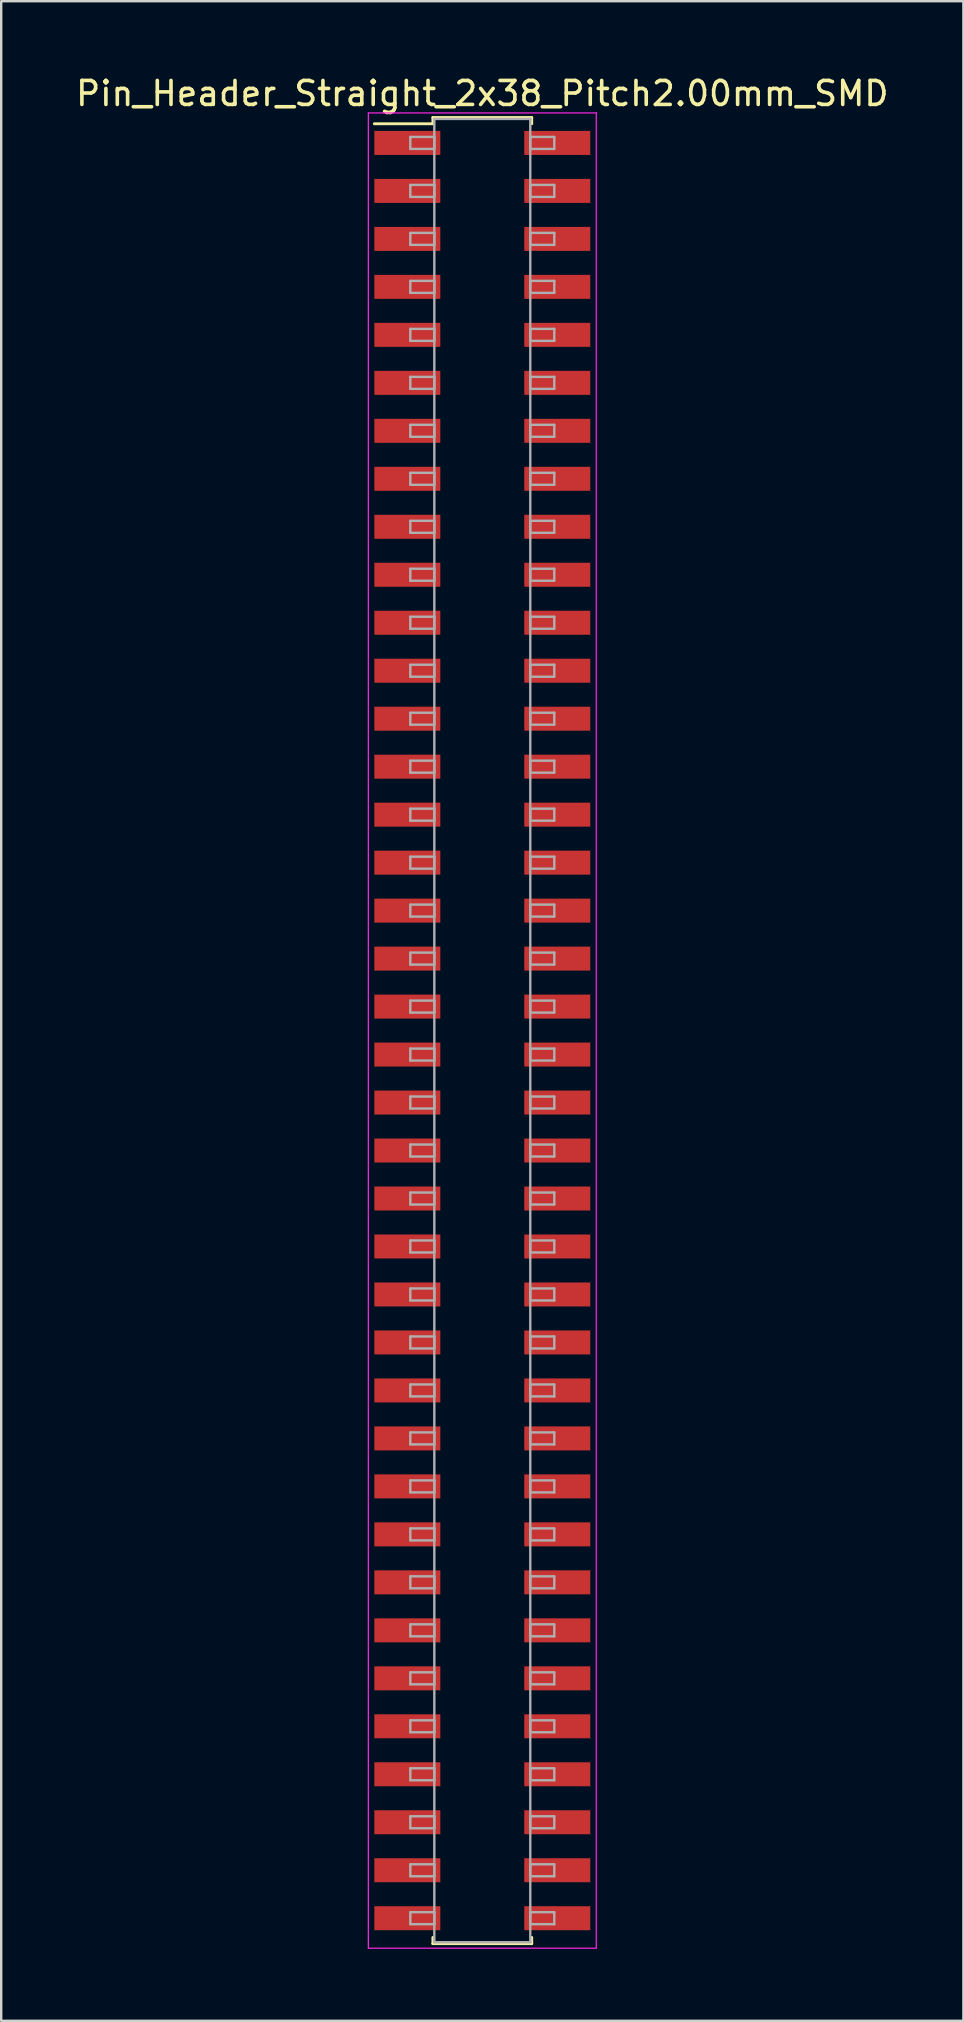
<source format=kicad_pcb>
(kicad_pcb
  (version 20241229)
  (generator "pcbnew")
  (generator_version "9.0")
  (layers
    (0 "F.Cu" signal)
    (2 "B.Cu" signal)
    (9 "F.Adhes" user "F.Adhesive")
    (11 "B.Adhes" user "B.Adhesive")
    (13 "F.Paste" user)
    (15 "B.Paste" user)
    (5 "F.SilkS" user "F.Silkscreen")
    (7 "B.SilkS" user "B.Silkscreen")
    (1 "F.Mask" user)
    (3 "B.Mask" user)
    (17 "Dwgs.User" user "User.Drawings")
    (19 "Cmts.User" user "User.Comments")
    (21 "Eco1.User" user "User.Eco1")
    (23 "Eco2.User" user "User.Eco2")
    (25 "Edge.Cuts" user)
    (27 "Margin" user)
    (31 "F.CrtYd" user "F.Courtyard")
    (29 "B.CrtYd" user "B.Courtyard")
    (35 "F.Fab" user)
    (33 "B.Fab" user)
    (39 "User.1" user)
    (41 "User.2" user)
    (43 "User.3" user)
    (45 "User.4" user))
  (footprint "Pin_Header_Straight_2x38_Pitch2.00mm_SMD"
    (layer "F.Cu")
    (at 17.054 39.908)
    (property "Reference" "Pin_Header_Straight_2x38_Pitch2.00mm_SMD" (at 0 -39.06 0) (layer "F.SilkS") (effects (font (size 1 1) (thickness 0.15))))
    (attr smd)
    (fp_line (start -4.5 -37.8) (end -2.06 -37.8) (stroke (width 0.12) (type solid)) (layer "F.SilkS"))
    (fp_line (start -2.06 -38.06) (end 2.06 -38.06) (stroke (width 0.12) (type solid)) (layer "F.SilkS"))
    (fp_line (start -2.06 -37.8) (end -2.06 -38.06) (stroke (width 0.12) (type solid)) (layer "F.SilkS"))
    (fp_line (start -2.06 37.8) (end -2.06 38.06) (stroke (width 0.12) (type solid)) (layer "F.SilkS"))
    (fp_line (start -2.06 38.06) (end 2.06 38.06) (stroke (width 0.12) (type solid)) (layer "F.SilkS"))
    (fp_line (start 2.06 -38.06) (end 2.06 -37.8) (stroke (width 0.12) (type solid)) (layer "F.SilkS"))
    (fp_line (start 2.06 38.06) (end 2.06 37.8) (stroke (width 0.12) (type solid)) (layer "F.SilkS"))
    (fp_line (start -4.75 -38.25) (end -4.75 38.25) (stroke (width 0.05) (type solid)) (layer "F.CrtYd"))
    (fp_line (start -4.75 38.25) (end 4.75 38.25) (stroke (width 0.05) (type solid)) (layer "F.CrtYd"))
    (fp_line (start 4.75 -38.25) (end -4.75 -38.25) (stroke (width 0.05) (type solid)) (layer "F.CrtYd"))
    (fp_line (start 4.75 38.25) (end 4.75 -38.25) (stroke (width 0.05) (type solid)) (layer "F.CrtYd"))
    (fp_line (start -3 -37.25) (end -2 -37.25) (stroke (width 0.1) (type solid)) (layer "F.Fab"))
    (fp_line (start -3 -36.75) (end -3 -37.25) (stroke (width 0.1) (type solid)) (layer "F.Fab"))
    (fp_line (start -3 -35.25) (end -2 -35.25) (stroke (width 0.1) (type solid)) (layer "F.Fab"))
    (fp_line (start -3 -34.75) (end -3 -35.25) (stroke (width 0.1) (type solid)) (layer "F.Fab"))
    (fp_line (start -3 -33.25) (end -2 -33.25) (stroke (width 0.1) (type solid)) (layer "F.Fab"))
    (fp_line (start -3 -32.75) (end -3 -33.25) (stroke (width 0.1) (type solid)) (layer "F.Fab"))
    (fp_line (start -3 -31.25) (end -2 -31.25) (stroke (width 0.1) (type solid)) (layer "F.Fab"))
    (fp_line (start -3 -30.75) (end -3 -31.25) (stroke (width 0.1) (type solid)) (layer "F.Fab"))
    (fp_line (start -3 -29.25) (end -2 -29.25) (stroke (width 0.1) (type solid)) (layer "F.Fab"))
    (fp_line (start -3 -28.75) (end -3 -29.25) (stroke (width 0.1) (type solid)) (layer "F.Fab"))
    (fp_line (start -3 -27.25) (end -2 -27.25) (stroke (width 0.1) (type solid)) (layer "F.Fab"))
    (fp_line (start -3 -26.75) (end -3 -27.25) (stroke (width 0.1) (type solid)) (layer "F.Fab"))
    (fp_line (start -3 -25.25) (end -2 -25.25) (stroke (width 0.1) (type solid)) (layer "F.Fab"))
    (fp_line (start -3 -24.75) (end -3 -25.25) (stroke (width 0.1) (type solid)) (layer "F.Fab"))
    (fp_line (start -3 -23.25) (end -2 -23.25) (stroke (width 0.1) (type solid)) (layer "F.Fab"))
    (fp_line (start -3 -22.75) (end -3 -23.25) (stroke (width 0.1) (type solid)) (layer "F.Fab"))
    (fp_line (start -3 -21.25) (end -2 -21.25) (stroke (width 0.1) (type solid)) (layer "F.Fab"))
    (fp_line (start -3 -20.75) (end -3 -21.25) (stroke (width 0.1) (type solid)) (layer "F.Fab"))
    (fp_line (start -3 -19.25) (end -2 -19.25) (stroke (width 0.1) (type solid)) (layer "F.Fab"))
    (fp_line (start -3 -18.75) (end -3 -19.25) (stroke (width 0.1) (type solid)) (layer "F.Fab"))
    (fp_line (start -3 -17.25) (end -2 -17.25) (stroke (width 0.1) (type solid)) (layer "F.Fab"))
    (fp_line (start -3 -16.75) (end -3 -17.25) (stroke (width 0.1) (type solid)) (layer "F.Fab"))
    (fp_line (start -3 -15.25) (end -2 -15.25) (stroke (width 0.1) (type solid)) (layer "F.Fab"))
    (fp_line (start -3 -14.75) (end -3 -15.25) (stroke (width 0.1) (type solid)) (layer "F.Fab"))
    (fp_line (start -3 -13.25) (end -2 -13.25) (stroke (width 0.1) (type solid)) (layer "F.Fab"))
    (fp_line (start -3 -12.75) (end -3 -13.25) (stroke (width 0.1) (type solid)) (layer "F.Fab"))
    (fp_line (start -3 -11.25) (end -2 -11.25) (stroke (width 0.1) (type solid)) (layer "F.Fab"))
    (fp_line (start -3 -10.75) (end -3 -11.25) (stroke (width 0.1) (type solid)) (layer "F.Fab"))
    (fp_line (start -3 -9.25) (end -2 -9.25) (stroke (width 0.1) (type solid)) (layer "F.Fab"))
    (fp_line (start -3 -8.75) (end -3 -9.25) (stroke (width 0.1) (type solid)) (layer "F.Fab"))
    (fp_line (start -3 -7.25) (end -2 -7.25) (stroke (width 0.1) (type solid)) (layer "F.Fab"))
    (fp_line (start -3 -6.75) (end -3 -7.25) (stroke (width 0.1) (type solid)) (layer "F.Fab"))
    (fp_line (start -3 -5.25) (end -2 -5.25) (stroke (width 0.1) (type solid)) (layer "F.Fab"))
    (fp_line (start -3 -4.75) (end -3 -5.25) (stroke (width 0.1) (type solid)) (layer "F.Fab"))
    (fp_line (start -3 -3.25) (end -2 -3.25) (stroke (width 0.1) (type solid)) (layer "F.Fab"))
    (fp_line (start -3 -2.75) (end -3 -3.25) (stroke (width 0.1) (type solid)) (layer "F.Fab"))
    (fp_line (start -3 -1.25) (end -2 -1.25) (stroke (width 0.1) (type solid)) (layer "F.Fab"))
    (fp_line (start -3 -0.75) (end -3 -1.25) (stroke (width 0.1) (type solid)) (layer "F.Fab"))
    (fp_line (start -3 0.75) (end -2 0.75) (stroke (width 0.1) (type solid)) (layer "F.Fab"))
    (fp_line (start -3 1.25) (end -3 0.75) (stroke (width 0.1) (type solid)) (layer "F.Fab"))
    (fp_line (start -3 2.75) (end -2 2.75) (stroke (width 0.1) (type solid)) (layer "F.Fab"))
    (fp_line (start -3 3.25) (end -3 2.75) (stroke (width 0.1) (type solid)) (layer "F.Fab"))
    (fp_line (start -3 4.75) (end -2 4.75) (stroke (width 0.1) (type solid)) (layer "F.Fab"))
    (fp_line (start -3 5.25) (end -3 4.75) (stroke (width 0.1) (type solid)) (layer "F.Fab"))
    (fp_line (start -3 6.75) (end -2 6.75) (stroke (width 0.1) (type solid)) (layer "F.Fab"))
    (fp_line (start -3 7.25) (end -3 6.75) (stroke (width 0.1) (type solid)) (layer "F.Fab"))
    (fp_line (start -3 8.75) (end -2 8.75) (stroke (width 0.1) (type solid)) (layer "F.Fab"))
    (fp_line (start -3 9.25) (end -3 8.75) (stroke (width 0.1) (type solid)) (layer "F.Fab"))
    (fp_line (start -3 10.75) (end -2 10.75) (stroke (width 0.1) (type solid)) (layer "F.Fab"))
    (fp_line (start -3 11.25) (end -3 10.75) (stroke (width 0.1) (type solid)) (layer "F.Fab"))
    (fp_line (start -3 12.75) (end -2 12.75) (stroke (width 0.1) (type solid)) (layer "F.Fab"))
    (fp_line (start -3 13.25) (end -3 12.75) (stroke (width 0.1) (type solid)) (layer "F.Fab"))
    (fp_line (start -3 14.75) (end -2 14.75) (stroke (width 0.1) (type solid)) (layer "F.Fab"))
    (fp_line (start -3 15.25) (end -3 14.75) (stroke (width 0.1) (type solid)) (layer "F.Fab"))
    (fp_line (start -3 16.75) (end -2 16.75) (stroke (width 0.1) (type solid)) (layer "F.Fab"))
    (fp_line (start -3 17.25) (end -3 16.75) (stroke (width 0.1) (type solid)) (layer "F.Fab"))
    (fp_line (start -3 18.75) (end -2 18.75) (stroke (width 0.1) (type solid)) (layer "F.Fab"))
    (fp_line (start -3 19.25) (end -3 18.75) (stroke (width 0.1) (type solid)) (layer "F.Fab"))
    (fp_line (start -3 20.75) (end -2 20.75) (stroke (width 0.1) (type solid)) (layer "F.Fab"))
    (fp_line (start -3 21.25) (end -3 20.75) (stroke (width 0.1) (type solid)) (layer "F.Fab"))
    (fp_line (start -3 22.75) (end -2 22.75) (stroke (width 0.1) (type solid)) (layer "F.Fab"))
    (fp_line (start -3 23.25) (end -3 22.75) (stroke (width 0.1) (type solid)) (layer "F.Fab"))
    (fp_line (start -3 24.75) (end -2 24.75) (stroke (width 0.1) (type solid)) (layer "F.Fab"))
    (fp_line (start -3 25.25) (end -3 24.75) (stroke (width 0.1) (type solid)) (layer "F.Fab"))
    (fp_line (start -3 26.75) (end -2 26.75) (stroke (width 0.1) (type solid)) (layer "F.Fab"))
    (fp_line (start -3 27.25) (end -3 26.75) (stroke (width 0.1) (type solid)) (layer "F.Fab"))
    (fp_line (start -3 28.75) (end -2 28.75) (stroke (width 0.1) (type solid)) (layer "F.Fab"))
    (fp_line (start -3 29.25) (end -3 28.75) (stroke (width 0.1) (type solid)) (layer "F.Fab"))
    (fp_line (start -3 30.75) (end -2 30.75) (stroke (width 0.1) (type solid)) (layer "F.Fab"))
    (fp_line (start -3 31.25) (end -3 30.75) (stroke (width 0.1) (type solid)) (layer "F.Fab"))
    (fp_line (start -3 32.75) (end -2 32.75) (stroke (width 0.1) (type solid)) (layer "F.Fab"))
    (fp_line (start -3 33.25) (end -3 32.75) (stroke (width 0.1) (type solid)) (layer "F.Fab"))
    (fp_line (start -3 34.75) (end -2 34.75) (stroke (width 0.1) (type solid)) (layer "F.Fab"))
    (fp_line (start -3 35.25) (end -3 34.75) (stroke (width 0.1) (type solid)) (layer "F.Fab"))
    (fp_line (start -3 36.75) (end -2 36.75) (stroke (width 0.1) (type solid)) (layer "F.Fab"))
    (fp_line (start -3 37.25) (end -3 36.75) (stroke (width 0.1) (type solid)) (layer "F.Fab"))
    (fp_line (start -2 -38) (end -2 38) (stroke (width 0.1) (type solid)) (layer "F.Fab"))
    (fp_line (start -2 -37.25) (end -2 -36.75) (stroke (width 0.1) (type solid)) (layer "F.Fab"))
    (fp_line (start -2 -36.75) (end -3 -36.75) (stroke (width 0.1) (type solid)) (layer "F.Fab"))
    (fp_line (start -2 -35.25) (end -2 -34.75) (stroke (width 0.1) (type solid)) (layer "F.Fab"))
    (fp_line (start -2 -34.75) (end -3 -34.75) (stroke (width 0.1) (type solid)) (layer "F.Fab"))
    (fp_line (start -2 -33.25) (end -2 -32.75) (stroke (width 0.1) (type solid)) (layer "F.Fab"))
    (fp_line (start -2 -32.75) (end -3 -32.75) (stroke (width 0.1) (type solid)) (layer "F.Fab"))
    (fp_line (start -2 -31.25) (end -2 -30.75) (stroke (width 0.1) (type solid)) (layer "F.Fab"))
    (fp_line (start -2 -30.75) (end -3 -30.75) (stroke (width 0.1) (type solid)) (layer "F.Fab"))
    (fp_line (start -2 -29.25) (end -2 -28.75) (stroke (width 0.1) (type solid)) (layer "F.Fab"))
    (fp_line (start -2 -28.75) (end -3 -28.75) (stroke (width 0.1) (type solid)) (layer "F.Fab"))
    (fp_line (start -2 -27.25) (end -2 -26.75) (stroke (width 0.1) (type solid)) (layer "F.Fab"))
    (fp_line (start -2 -26.75) (end -3 -26.75) (stroke (width 0.1) (type solid)) (layer "F.Fab"))
    (fp_line (start -2 -25.25) (end -2 -24.75) (stroke (width 0.1) (type solid)) (layer "F.Fab"))
    (fp_line (start -2 -24.75) (end -3 -24.75) (stroke (width 0.1) (type solid)) (layer "F.Fab"))
    (fp_line (start -2 -23.25) (end -2 -22.75) (stroke (width 0.1) (type solid)) (layer "F.Fab"))
    (fp_line (start -2 -22.75) (end -3 -22.75) (stroke (width 0.1) (type solid)) (layer "F.Fab"))
    (fp_line (start -2 -21.25) (end -2 -20.75) (stroke (width 0.1) (type solid)) (layer "F.Fab"))
    (fp_line (start -2 -20.75) (end -3 -20.75) (stroke (width 0.1) (type solid)) (layer "F.Fab"))
    (fp_line (start -2 -19.25) (end -2 -18.75) (stroke (width 0.1) (type solid)) (layer "F.Fab"))
    (fp_line (start -2 -18.75) (end -3 -18.75) (stroke (width 0.1) (type solid)) (layer "F.Fab"))
    (fp_line (start -2 -17.25) (end -2 -16.75) (stroke (width 0.1) (type solid)) (layer "F.Fab"))
    (fp_line (start -2 -16.75) (end -3 -16.75) (stroke (width 0.1) (type solid)) (layer "F.Fab"))
    (fp_line (start -2 -15.25) (end -2 -14.75) (stroke (width 0.1) (type solid)) (layer "F.Fab"))
    (fp_line (start -2 -14.75) (end -3 -14.75) (stroke (width 0.1) (type solid)) (layer "F.Fab"))
    (fp_line (start -2 -13.25) (end -2 -12.75) (stroke (width 0.1) (type solid)) (layer "F.Fab"))
    (fp_line (start -2 -12.75) (end -3 -12.75) (stroke (width 0.1) (type solid)) (layer "F.Fab"))
    (fp_line (start -2 -11.25) (end -2 -10.75) (stroke (width 0.1) (type solid)) (layer "F.Fab"))
    (fp_line (start -2 -10.75) (end -3 -10.75) (stroke (width 0.1) (type solid)) (layer "F.Fab"))
    (fp_line (start -2 -9.25) (end -2 -8.75) (stroke (width 0.1) (type solid)) (layer "F.Fab"))
    (fp_line (start -2 -8.75) (end -3 -8.75) (stroke (width 0.1) (type solid)) (layer "F.Fab"))
    (fp_line (start -2 -7.25) (end -2 -6.75) (stroke (width 0.1) (type solid)) (layer "F.Fab"))
    (fp_line (start -2 -6.75) (end -3 -6.75) (stroke (width 0.1) (type solid)) (layer "F.Fab"))
    (fp_line (start -2 -5.25) (end -2 -4.75) (stroke (width 0.1) (type solid)) (layer "F.Fab"))
    (fp_line (start -2 -4.75) (end -3 -4.75) (stroke (width 0.1) (type solid)) (layer "F.Fab"))
    (fp_line (start -2 -3.25) (end -2 -2.75) (stroke (width 0.1) (type solid)) (layer "F.Fab"))
    (fp_line (start -2 -2.75) (end -3 -2.75) (stroke (width 0.1) (type solid)) (layer "F.Fab"))
    (fp_line (start -2 -1.25) (end -2 -0.75) (stroke (width 0.1) (type solid)) (layer "F.Fab"))
    (fp_line (start -2 -0.75) (end -3 -0.75) (stroke (width 0.1) (type solid)) (layer "F.Fab"))
    (fp_line (start -2 0.75) (end -2 1.25) (stroke (width 0.1) (type solid)) (layer "F.Fab"))
    (fp_line (start -2 1.25) (end -3 1.25) (stroke (width 0.1) (type solid)) (layer "F.Fab"))
    (fp_line (start -2 2.75) (end -2 3.25) (stroke (width 0.1) (type solid)) (layer "F.Fab"))
    (fp_line (start -2 3.25) (end -3 3.25) (stroke (width 0.1) (type solid)) (layer "F.Fab"))
    (fp_line (start -2 4.75) (end -2 5.25) (stroke (width 0.1) (type solid)) (layer "F.Fab"))
    (fp_line (start -2 5.25) (end -3 5.25) (stroke (width 0.1) (type solid)) (layer "F.Fab"))
    (fp_line (start -2 6.75) (end -2 7.25) (stroke (width 0.1) (type solid)) (layer "F.Fab"))
    (fp_line (start -2 7.25) (end -3 7.25) (stroke (width 0.1) (type solid)) (layer "F.Fab"))
    (fp_line (start -2 8.75) (end -2 9.25) (stroke (width 0.1) (type solid)) (layer "F.Fab"))
    (fp_line (start -2 9.25) (end -3 9.25) (stroke (width 0.1) (type solid)) (layer "F.Fab"))
    (fp_line (start -2 10.75) (end -2 11.25) (stroke (width 0.1) (type solid)) (layer "F.Fab"))
    (fp_line (start -2 11.25) (end -3 11.25) (stroke (width 0.1) (type solid)) (layer "F.Fab"))
    (fp_line (start -2 12.75) (end -2 13.25) (stroke (width 0.1) (type solid)) (layer "F.Fab"))
    (fp_line (start -2 13.25) (end -3 13.25) (stroke (width 0.1) (type solid)) (layer "F.Fab"))
    (fp_line (start -2 14.75) (end -2 15.25) (stroke (width 0.1) (type solid)) (layer "F.Fab"))
    (fp_line (start -2 15.25) (end -3 15.25) (stroke (width 0.1) (type solid)) (layer "F.Fab"))
    (fp_line (start -2 16.75) (end -2 17.25) (stroke (width 0.1) (type solid)) (layer "F.Fab"))
    (fp_line (start -2 17.25) (end -3 17.25) (stroke (width 0.1) (type solid)) (layer "F.Fab"))
    (fp_line (start -2 18.75) (end -2 19.25) (stroke (width 0.1) (type solid)) (layer "F.Fab"))
    (fp_line (start -2 19.25) (end -3 19.25) (stroke (width 0.1) (type solid)) (layer "F.Fab"))
    (fp_line (start -2 20.75) (end -2 21.25) (stroke (width 0.1) (type solid)) (layer "F.Fab"))
    (fp_line (start -2 21.25) (end -3 21.25) (stroke (width 0.1) (type solid)) (layer "F.Fab"))
    (fp_line (start -2 22.75) (end -2 23.25) (stroke (width 0.1) (type solid)) (layer "F.Fab"))
    (fp_line (start -2 23.25) (end -3 23.25) (stroke (width 0.1) (type solid)) (layer "F.Fab"))
    (fp_line (start -2 24.75) (end -2 25.25) (stroke (width 0.1) (type solid)) (layer "F.Fab"))
    (fp_line (start -2 25.25) (end -3 25.25) (stroke (width 0.1) (type solid)) (layer "F.Fab"))
    (fp_line (start -2 26.75) (end -2 27.25) (stroke (width 0.1) (type solid)) (layer "F.Fab"))
    (fp_line (start -2 27.25) (end -3 27.25) (stroke (width 0.1) (type solid)) (layer "F.Fab"))
    (fp_line (start -2 28.75) (end -2 29.25) (stroke (width 0.1) (type solid)) (layer "F.Fab"))
    (fp_line (start -2 29.25) (end -3 29.25) (stroke (width 0.1) (type solid)) (layer "F.Fab"))
    (fp_line (start -2 30.75) (end -2 31.25) (stroke (width 0.1) (type solid)) (layer "F.Fab"))
    (fp_line (start -2 31.25) (end -3 31.25) (stroke (width 0.1) (type solid)) (layer "F.Fab"))
    (fp_line (start -2 32.75) (end -2 33.25) (stroke (width 0.1) (type solid)) (layer "F.Fab"))
    (fp_line (start -2 33.25) (end -3 33.25) (stroke (width 0.1) (type solid)) (layer "F.Fab"))
    (fp_line (start -2 34.75) (end -2 35.25) (stroke (width 0.1) (type solid)) (layer "F.Fab"))
    (fp_line (start -2 35.25) (end -3 35.25) (stroke (width 0.1) (type solid)) (layer "F.Fab"))
    (fp_line (start -2 36.75) (end -2 37.25) (stroke (width 0.1) (type solid)) (layer "F.Fab"))
    (fp_line (start -2 37.25) (end -3 37.25) (stroke (width 0.1) (type solid)) (layer "F.Fab"))
    (fp_line (start -2 38) (end 2 38) (stroke (width 0.1) (type solid)) (layer "F.Fab"))
    (fp_line (start 2 -38) (end -2 -38) (stroke (width 0.1) (type solid)) (layer "F.Fab"))
    (fp_line (start 2 -37.25) (end 2 -36.75) (stroke (width 0.1) (type solid)) (layer "F.Fab"))
    (fp_line (start 2 -36.75) (end 3 -36.75) (stroke (width 0.1) (type solid)) (layer "F.Fab"))
    (fp_line (start 2 -35.25) (end 2 -34.75) (stroke (width 0.1) (type solid)) (layer "F.Fab"))
    (fp_line (start 2 -34.75) (end 3 -34.75) (stroke (width 0.1) (type solid)) (layer "F.Fab"))
    (fp_line (start 2 -33.25) (end 2 -32.75) (stroke (width 0.1) (type solid)) (layer "F.Fab"))
    (fp_line (start 2 -32.75) (end 3 -32.75) (stroke (width 0.1) (type solid)) (layer "F.Fab"))
    (fp_line (start 2 -31.25) (end 2 -30.75) (stroke (width 0.1) (type solid)) (layer "F.Fab"))
    (fp_line (start 2 -30.75) (end 3 -30.75) (stroke (width 0.1) (type solid)) (layer "F.Fab"))
    (fp_line (start 2 -29.25) (end 2 -28.75) (stroke (width 0.1) (type solid)) (layer "F.Fab"))
    (fp_line (start 2 -28.75) (end 3 -28.75) (stroke (width 0.1) (type solid)) (layer "F.Fab"))
    (fp_line (start 2 -27.25) (end 2 -26.75) (stroke (width 0.1) (type solid)) (layer "F.Fab"))
    (fp_line (start 2 -26.75) (end 3 -26.75) (stroke (width 0.1) (type solid)) (layer "F.Fab"))
    (fp_line (start 2 -25.25) (end 2 -24.75) (stroke (width 0.1) (type solid)) (layer "F.Fab"))
    (fp_line (start 2 -24.75) (end 3 -24.75) (stroke (width 0.1) (type solid)) (layer "F.Fab"))
    (fp_line (start 2 -23.25) (end 2 -22.75) (stroke (width 0.1) (type solid)) (layer "F.Fab"))
    (fp_line (start 2 -22.75) (end 3 -22.75) (stroke (width 0.1) (type solid)) (layer "F.Fab"))
    (fp_line (start 2 -21.25) (end 2 -20.75) (stroke (width 0.1) (type solid)) (layer "F.Fab"))
    (fp_line (start 2 -20.75) (end 3 -20.75) (stroke (width 0.1) (type solid)) (layer "F.Fab"))
    (fp_line (start 2 -19.25) (end 2 -18.75) (stroke (width 0.1) (type solid)) (layer "F.Fab"))
    (fp_line (start 2 -18.75) (end 3 -18.75) (stroke (width 0.1) (type solid)) (layer "F.Fab"))
    (fp_line (start 2 -17.25) (end 2 -16.75) (stroke (width 0.1) (type solid)) (layer "F.Fab"))
    (fp_line (start 2 -16.75) (end 3 -16.75) (stroke (width 0.1) (type solid)) (layer "F.Fab"))
    (fp_line (start 2 -15.25) (end 2 -14.75) (stroke (width 0.1) (type solid)) (layer "F.Fab"))
    (fp_line (start 2 -14.75) (end 3 -14.75) (stroke (width 0.1) (type solid)) (layer "F.Fab"))
    (fp_line (start 2 -13.25) (end 2 -12.75) (stroke (width 0.1) (type solid)) (layer "F.Fab"))
    (fp_line (start 2 -12.75) (end 3 -12.75) (stroke (width 0.1) (type solid)) (layer "F.Fab"))
    (fp_line (start 2 -11.25) (end 2 -10.75) (stroke (width 0.1) (type solid)) (layer "F.Fab"))
    (fp_line (start 2 -10.75) (end 3 -10.75) (stroke (width 0.1) (type solid)) (layer "F.Fab"))
    (fp_line (start 2 -9.25) (end 2 -8.75) (stroke (width 0.1) (type solid)) (layer "F.Fab"))
    (fp_line (start 2 -8.75) (end 3 -8.75) (stroke (width 0.1) (type solid)) (layer "F.Fab"))
    (fp_line (start 2 -7.25) (end 2 -6.75) (stroke (width 0.1) (type solid)) (layer "F.Fab"))
    (fp_line (start 2 -6.75) (end 3 -6.75) (stroke (width 0.1) (type solid)) (layer "F.Fab"))
    (fp_line (start 2 -5.25) (end 2 -4.75) (stroke (width 0.1) (type solid)) (layer "F.Fab"))
    (fp_line (start 2 -4.75) (end 3 -4.75) (stroke (width 0.1) (type solid)) (layer "F.Fab"))
    (fp_line (start 2 -3.25) (end 2 -2.75) (stroke (width 0.1) (type solid)) (layer "F.Fab"))
    (fp_line (start 2 -2.75) (end 3 -2.75) (stroke (width 0.1) (type solid)) (layer "F.Fab"))
    (fp_line (start 2 -1.25) (end 2 -0.75) (stroke (width 0.1) (type solid)) (layer "F.Fab"))
    (fp_line (start 2 -0.75) (end 3 -0.75) (stroke (width 0.1) (type solid)) (layer "F.Fab"))
    (fp_line (start 2 0.75) (end 2 1.25) (stroke (width 0.1) (type solid)) (layer "F.Fab"))
    (fp_line (start 2 1.25) (end 3 1.25) (stroke (width 0.1) (type solid)) (layer "F.Fab"))
    (fp_line (start 2 2.75) (end 2 3.25) (stroke (width 0.1) (type solid)) (layer "F.Fab"))
    (fp_line (start 2 3.25) (end 3 3.25) (stroke (width 0.1) (type solid)) (layer "F.Fab"))
    (fp_line (start 2 4.75) (end 2 5.25) (stroke (width 0.1) (type solid)) (layer "F.Fab"))
    (fp_line (start 2 5.25) (end 3 5.25) (stroke (width 0.1) (type solid)) (layer "F.Fab"))
    (fp_line (start 2 6.75) (end 2 7.25) (stroke (width 0.1) (type solid)) (layer "F.Fab"))
    (fp_line (start 2 7.25) (end 3 7.25) (stroke (width 0.1) (type solid)) (layer "F.Fab"))
    (fp_line (start 2 8.75) (end 2 9.25) (stroke (width 0.1) (type solid)) (layer "F.Fab"))
    (fp_line (start 2 9.25) (end 3 9.25) (stroke (width 0.1) (type solid)) (layer "F.Fab"))
    (fp_line (start 2 10.75) (end 2 11.25) (stroke (width 0.1) (type solid)) (layer "F.Fab"))
    (fp_line (start 2 11.25) (end 3 11.25) (stroke (width 0.1) (type solid)) (layer "F.Fab"))
    (fp_line (start 2 12.75) (end 2 13.25) (stroke (width 0.1) (type solid)) (layer "F.Fab"))
    (fp_line (start 2 13.25) (end 3 13.25) (stroke (width 0.1) (type solid)) (layer "F.Fab"))
    (fp_line (start 2 14.75) (end 2 15.25) (stroke (width 0.1) (type solid)) (layer "F.Fab"))
    (fp_line (start 2 15.25) (end 3 15.25) (stroke (width 0.1) (type solid)) (layer "F.Fab"))
    (fp_line (start 2 16.75) (end 2 17.25) (stroke (width 0.1) (type solid)) (layer "F.Fab"))
    (fp_line (start 2 17.25) (end 3 17.25) (stroke (width 0.1) (type solid)) (layer "F.Fab"))
    (fp_line (start 2 18.75) (end 2 19.25) (stroke (width 0.1) (type solid)) (layer "F.Fab"))
    (fp_line (start 2 19.25) (end 3 19.25) (stroke (width 0.1) (type solid)) (layer "F.Fab"))
    (fp_line (start 2 20.75) (end 2 21.25) (stroke (width 0.1) (type solid)) (layer "F.Fab"))
    (fp_line (start 2 21.25) (end 3 21.25) (stroke (width 0.1) (type solid)) (layer "F.Fab"))
    (fp_line (start 2 22.75) (end 2 23.25) (stroke (width 0.1) (type solid)) (layer "F.Fab"))
    (fp_line (start 2 23.25) (end 3 23.25) (stroke (width 0.1) (type solid)) (layer "F.Fab"))
    (fp_line (start 2 24.75) (end 2 25.25) (stroke (width 0.1) (type solid)) (layer "F.Fab"))
    (fp_line (start 2 25.25) (end 3 25.25) (stroke (width 0.1) (type solid)) (layer "F.Fab"))
    (fp_line (start 2 26.75) (end 2 27.25) (stroke (width 0.1) (type solid)) (layer "F.Fab"))
    (fp_line (start 2 27.25) (end 3 27.25) (stroke (width 0.1) (type solid)) (layer "F.Fab"))
    (fp_line (start 2 28.75) (end 2 29.25) (stroke (width 0.1) (type solid)) (layer "F.Fab"))
    (fp_line (start 2 29.25) (end 3 29.25) (stroke (width 0.1) (type solid)) (layer "F.Fab"))
    (fp_line (start 2 30.75) (end 2 31.25) (stroke (width 0.1) (type solid)) (layer "F.Fab"))
    (fp_line (start 2 31.25) (end 3 31.25) (stroke (width 0.1) (type solid)) (layer "F.Fab"))
    (fp_line (start 2 32.75) (end 2 33.25) (stroke (width 0.1) (type solid)) (layer "F.Fab"))
    (fp_line (start 2 33.25) (end 3 33.25) (stroke (width 0.1) (type solid)) (layer "F.Fab"))
    (fp_line (start 2 34.75) (end 2 35.25) (stroke (width 0.1) (type solid)) (layer "F.Fab"))
    (fp_line (start 2 35.25) (end 3 35.25) (stroke (width 0.1) (type solid)) (layer "F.Fab"))
    (fp_line (start 2 36.75) (end 2 37.25) (stroke (width 0.1) (type solid)) (layer "F.Fab"))
    (fp_line (start 2 37.25) (end 3 37.25) (stroke (width 0.1) (type solid)) (layer "F.Fab"))
    (fp_line (start 2 38) (end 2 -38) (stroke (width 0.1) (type solid)) (layer "F.Fab"))
    (fp_line (start 3 -37.25) (end 2 -37.25) (stroke (width 0.1) (type solid)) (layer "F.Fab"))
    (fp_line (start 3 -36.75) (end 3 -37.25) (stroke (width 0.1) (type solid)) (layer "F.Fab"))
    (fp_line (start 3 -35.25) (end 2 -35.25) (stroke (width 0.1) (type solid)) (layer "F.Fab"))
    (fp_line (start 3 -34.75) (end 3 -35.25) (stroke (width 0.1) (type solid)) (layer "F.Fab"))
    (fp_line (start 3 -33.25) (end 2 -33.25) (stroke (width 0.1) (type solid)) (layer "F.Fab"))
    (fp_line (start 3 -32.75) (end 3 -33.25) (stroke (width 0.1) (type solid)) (layer "F.Fab"))
    (fp_line (start 3 -31.25) (end 2 -31.25) (stroke (width 0.1) (type solid)) (layer "F.Fab"))
    (fp_line (start 3 -30.75) (end 3 -31.25) (stroke (width 0.1) (type solid)) (layer "F.Fab"))
    (fp_line (start 3 -29.25) (end 2 -29.25) (stroke (width 0.1) (type solid)) (layer "F.Fab"))
    (fp_line (start 3 -28.75) (end 3 -29.25) (stroke (width 0.1) (type solid)) (layer "F.Fab"))
    (fp_line (start 3 -27.25) (end 2 -27.25) (stroke (width 0.1) (type solid)) (layer "F.Fab"))
    (fp_line (start 3 -26.75) (end 3 -27.25) (stroke (width 0.1) (type solid)) (layer "F.Fab"))
    (fp_line (start 3 -25.25) (end 2 -25.25) (stroke (width 0.1) (type solid)) (layer "F.Fab"))
    (fp_line (start 3 -24.75) (end 3 -25.25) (stroke (width 0.1) (type solid)) (layer "F.Fab"))
    (fp_line (start 3 -23.25) (end 2 -23.25) (stroke (width 0.1) (type solid)) (layer "F.Fab"))
    (fp_line (start 3 -22.75) (end 3 -23.25) (stroke (width 0.1) (type solid)) (layer "F.Fab"))
    (fp_line (start 3 -21.25) (end 2 -21.25) (stroke (width 0.1) (type solid)) (layer "F.Fab"))
    (fp_line (start 3 -20.75) (end 3 -21.25) (stroke (width 0.1) (type solid)) (layer "F.Fab"))
    (fp_line (start 3 -19.25) (end 2 -19.25) (stroke (width 0.1) (type solid)) (layer "F.Fab"))
    (fp_line (start 3 -18.75) (end 3 -19.25) (stroke (width 0.1) (type solid)) (layer "F.Fab"))
    (fp_line (start 3 -17.25) (end 2 -17.25) (stroke (width 0.1) (type solid)) (layer "F.Fab"))
    (fp_line (start 3 -16.75) (end 3 -17.25) (stroke (width 0.1) (type solid)) (layer "F.Fab"))
    (fp_line (start 3 -15.25) (end 2 -15.25) (stroke (width 0.1) (type solid)) (layer "F.Fab"))
    (fp_line (start 3 -14.75) (end 3 -15.25) (stroke (width 0.1) (type solid)) (layer "F.Fab"))
    (fp_line (start 3 -13.25) (end 2 -13.25) (stroke (width 0.1) (type solid)) (layer "F.Fab"))
    (fp_line (start 3 -12.75) (end 3 -13.25) (stroke (width 0.1) (type solid)) (layer "F.Fab"))
    (fp_line (start 3 -11.25) (end 2 -11.25) (stroke (width 0.1) (type solid)) (layer "F.Fab"))
    (fp_line (start 3 -10.75) (end 3 -11.25) (stroke (width 0.1) (type solid)) (layer "F.Fab"))
    (fp_line (start 3 -9.25) (end 2 -9.25) (stroke (width 0.1) (type solid)) (layer "F.Fab"))
    (fp_line (start 3 -8.75) (end 3 -9.25) (stroke (width 0.1) (type solid)) (layer "F.Fab"))
    (fp_line (start 3 -7.25) (end 2 -7.25) (stroke (width 0.1) (type solid)) (layer "F.Fab"))
    (fp_line (start 3 -6.75) (end 3 -7.25) (stroke (width 0.1) (type solid)) (layer "F.Fab"))
    (fp_line (start 3 -5.25) (end 2 -5.25) (stroke (width 0.1) (type solid)) (layer "F.Fab"))
    (fp_line (start 3 -4.75) (end 3 -5.25) (stroke (width 0.1) (type solid)) (layer "F.Fab"))
    (fp_line (start 3 -3.25) (end 2 -3.25) (stroke (width 0.1) (type solid)) (layer "F.Fab"))
    (fp_line (start 3 -2.75) (end 3 -3.25) (stroke (width 0.1) (type solid)) (layer "F.Fab"))
    (fp_line (start 3 -1.25) (end 2 -1.25) (stroke (width 0.1) (type solid)) (layer "F.Fab"))
    (fp_line (start 3 -0.75) (end 3 -1.25) (stroke (width 0.1) (type solid)) (layer "F.Fab"))
    (fp_line (start 3 0.75) (end 2 0.75) (stroke (width 0.1) (type solid)) (layer "F.Fab"))
    (fp_line (start 3 1.25) (end 3 0.75) (stroke (width 0.1) (type solid)) (layer "F.Fab"))
    (fp_line (start 3 2.75) (end 2 2.75) (stroke (width 0.1) (type solid)) (layer "F.Fab"))
    (fp_line (start 3 3.25) (end 3 2.75) (stroke (width 0.1) (type solid)) (layer "F.Fab"))
    (fp_line (start 3 4.75) (end 2 4.75) (stroke (width 0.1) (type solid)) (layer "F.Fab"))
    (fp_line (start 3 5.25) (end 3 4.75) (stroke (width 0.1) (type solid)) (layer "F.Fab"))
    (fp_line (start 3 6.75) (end 2 6.75) (stroke (width 0.1) (type solid)) (layer "F.Fab"))
    (fp_line (start 3 7.25) (end 3 6.75) (stroke (width 0.1) (type solid)) (layer "F.Fab"))
    (fp_line (start 3 8.75) (end 2 8.75) (stroke (width 0.1) (type solid)) (layer "F.Fab"))
    (fp_line (start 3 9.25) (end 3 8.75) (stroke (width 0.1) (type solid)) (layer "F.Fab"))
    (fp_line (start 3 10.75) (end 2 10.75) (stroke (width 0.1) (type solid)) (layer "F.Fab"))
    (fp_line (start 3 11.25) (end 3 10.75) (stroke (width 0.1) (type solid)) (layer "F.Fab"))
    (fp_line (start 3 12.75) (end 2 12.75) (stroke (width 0.1) (type solid)) (layer "F.Fab"))
    (fp_line (start 3 13.25) (end 3 12.75) (stroke (width 0.1) (type solid)) (layer "F.Fab"))
    (fp_line (start 3 14.75) (end 2 14.75) (stroke (width 0.1) (type solid)) (layer "F.Fab"))
    (fp_line (start 3 15.25) (end 3 14.75) (stroke (width 0.1) (type solid)) (layer "F.Fab"))
    (fp_line (start 3 16.75) (end 2 16.75) (stroke (width 0.1) (type solid)) (layer "F.Fab"))
    (fp_line (start 3 17.25) (end 3 16.75) (stroke (width 0.1) (type solid)) (layer "F.Fab"))
    (fp_line (start 3 18.75) (end 2 18.75) (stroke (width 0.1) (type solid)) (layer "F.Fab"))
    (fp_line (start 3 19.25) (end 3 18.75) (stroke (width 0.1) (type solid)) (layer "F.Fab"))
    (fp_line (start 3 20.75) (end 2 20.75) (stroke (width 0.1) (type solid)) (layer "F.Fab"))
    (fp_line (start 3 21.25) (end 3 20.75) (stroke (width 0.1) (type solid)) (layer "F.Fab"))
    (fp_line (start 3 22.75) (end 2 22.75) (stroke (width 0.1) (type solid)) (layer "F.Fab"))
    (fp_line (start 3 23.25) (end 3 22.75) (stroke (width 0.1) (type solid)) (layer "F.Fab"))
    (fp_line (start 3 24.75) (end 2 24.75) (stroke (width 0.1) (type solid)) (layer "F.Fab"))
    (fp_line (start 3 25.25) (end 3 24.75) (stroke (width 0.1) (type solid)) (layer "F.Fab"))
    (fp_line (start 3 26.75) (end 2 26.75) (stroke (width 0.1) (type solid)) (layer "F.Fab"))
    (fp_line (start 3 27.25) (end 3 26.75) (stroke (width 0.1) (type solid)) (layer "F.Fab"))
    (fp_line (start 3 28.75) (end 2 28.75) (stroke (width 0.1) (type solid)) (layer "F.Fab"))
    (fp_line (start 3 29.25) (end 3 28.75) (stroke (width 0.1) (type solid)) (layer "F.Fab"))
    (fp_line (start 3 30.75) (end 2 30.75) (stroke (width 0.1) (type solid)) (layer "F.Fab"))
    (fp_line (start 3 31.25) (end 3 30.75) (stroke (width 0.1) (type solid)) (layer "F.Fab"))
    (fp_line (start 3 32.75) (end 2 32.75) (stroke (width 0.1) (type solid)) (layer "F.Fab"))
    (fp_line (start 3 33.25) (end 3 32.75) (stroke (width 0.1) (type solid)) (layer "F.Fab"))
    (fp_line (start 3 34.75) (end 2 34.75) (stroke (width 0.1) (type solid)) (layer "F.Fab"))
    (fp_line (start 3 35.25) (end 3 34.75) (stroke (width 0.1) (type solid)) (layer "F.Fab"))
    (fp_line (start 3 36.75) (end 2 36.75) (stroke (width 0.1) (type solid)) (layer "F.Fab"))
    (fp_line (start 3 37.25) (end 3 36.75) (stroke (width 0.1) (type solid)) (layer "F.Fab"))
    (pad "1" smd rect (at -3.125 -37) (size 2.75 1) (layers "F.Cu" "F.Mask"))
    (pad "2" smd rect (at 3.125 -37) (size 2.75 1) (layers "F.Cu" "F.Mask"))
    (pad "3" smd rect (at -3.125 -35) (size 2.75 1) (layers "F.Cu" "F.Mask"))
    (pad "4" smd rect (at 3.125 -35) (size 2.75 1) (layers "F.Cu" "F.Mask"))
    (pad "5" smd rect (at -3.125 -33) (size 2.75 1) (layers "F.Cu" "F.Mask"))
    (pad "6" smd rect (at 3.125 -33) (size 2.75 1) (layers "F.Cu" "F.Mask"))
    (pad "7" smd rect (at -3.125 -31) (size 2.75 1) (layers "F.Cu" "F.Mask"))
    (pad "8" smd rect (at 3.125 -31) (size 2.75 1) (layers "F.Cu" "F.Mask"))
    (pad "9" smd rect (at -3.125 -29) (size 2.75 1) (layers "F.Cu" "F.Mask"))
    (pad "10" smd rect (at 3.125 -29) (size 2.75 1) (layers "F.Cu" "F.Mask"))
    (pad "11" smd rect (at -3.125 -27) (size 2.75 1) (layers "F.Cu" "F.Mask"))
    (pad "12" smd rect (at 3.125 -27) (size 2.75 1) (layers "F.Cu" "F.Mask"))
    (pad "13" smd rect (at -3.125 -25) (size 2.75 1) (layers "F.Cu" "F.Mask"))
    (pad "14" smd rect (at 3.125 -25) (size 2.75 1) (layers "F.Cu" "F.Mask"))
    (pad "15" smd rect (at -3.125 -23) (size 2.75 1) (layers "F.Cu" "F.Mask"))
    (pad "16" smd rect (at 3.125 -23) (size 2.75 1) (layers "F.Cu" "F.Mask"))
    (pad "17" smd rect (at -3.125 -21) (size 2.75 1) (layers "F.Cu" "F.Mask"))
    (pad "18" smd rect (at 3.125 -21) (size 2.75 1) (layers "F.Cu" "F.Mask"))
    (pad "19" smd rect (at -3.125 -19) (size 2.75 1) (layers "F.Cu" "F.Mask"))
    (pad "20" smd rect (at 3.125 -19) (size 2.75 1) (layers "F.Cu" "F.Mask"))
    (pad "21" smd rect (at -3.125 -17) (size 2.75 1) (layers "F.Cu" "F.Mask"))
    (pad "22" smd rect (at 3.125 -17) (size 2.75 1) (layers "F.Cu" "F.Mask"))
    (pad "23" smd rect (at -3.125 -15) (size 2.75 1) (layers "F.Cu" "F.Mask"))
    (pad "24" smd rect (at 3.125 -15) (size 2.75 1) (layers "F.Cu" "F.Mask"))
    (pad "25" smd rect (at -3.125 -13) (size 2.75 1) (layers "F.Cu" "F.Mask"))
    (pad "26" smd rect (at 3.125 -13) (size 2.75 1) (layers "F.Cu" "F.Mask"))
    (pad "27" smd rect (at -3.125 -11) (size 2.75 1) (layers "F.Cu" "F.Mask"))
    (pad "28" smd rect (at 3.125 -11) (size 2.75 1) (layers "F.Cu" "F.Mask"))
    (pad "29" smd rect (at -3.125 -9) (size 2.75 1) (layers "F.Cu" "F.Mask"))
    (pad "30" smd rect (at 3.125 -9) (size 2.75 1) (layers "F.Cu" "F.Mask"))
    (pad "31" smd rect (at -3.125 -7) (size 2.75 1) (layers "F.Cu" "F.Mask"))
    (pad "32" smd rect (at 3.125 -7) (size 2.75 1) (layers "F.Cu" "F.Mask"))
    (pad "33" smd rect (at -3.125 -5) (size 2.75 1) (layers "F.Cu" "F.Mask"))
    (pad "34" smd rect (at 3.125 -5) (size 2.75 1) (layers "F.Cu" "F.Mask"))
    (pad "35" smd rect (at -3.125 -3) (size 2.75 1) (layers "F.Cu" "F.Mask"))
    (pad "36" smd rect (at 3.125 -3) (size 2.75 1) (layers "F.Cu" "F.Mask"))
    (pad "37" smd rect (at -3.125 -1) (size 2.75 1) (layers "F.Cu" "F.Mask"))
    (pad "38" smd rect (at 3.125 -1) (size 2.75 1) (layers "F.Cu" "F.Mask"))
    (pad "39" smd rect (at -3.125 1) (size 2.75 1) (layers "F.Cu" "F.Mask"))
    (pad "40" smd rect (at 3.125 1) (size 2.75 1) (layers "F.Cu" "F.Mask"))
    (pad "41" smd rect (at -3.125 3) (size 2.75 1) (layers "F.Cu" "F.Mask"))
    (pad "42" smd rect (at 3.125 3) (size 2.75 1) (layers "F.Cu" "F.Mask"))
    (pad "43" smd rect (at -3.125 5) (size 2.75 1) (layers "F.Cu" "F.Mask"))
    (pad "44" smd rect (at 3.125 5) (size 2.75 1) (layers "F.Cu" "F.Mask"))
    (pad "45" smd rect (at -3.125 7) (size 2.75 1) (layers "F.Cu" "F.Mask"))
    (pad "46" smd rect (at 3.125 7) (size 2.75 1) (layers "F.Cu" "F.Mask"))
    (pad "47" smd rect (at -3.125 9) (size 2.75 1) (layers "F.Cu" "F.Mask"))
    (pad "48" smd rect (at 3.125 9) (size 2.75 1) (layers "F.Cu" "F.Mask"))
    (pad "49" smd rect (at -3.125 11) (size 2.75 1) (layers "F.Cu" "F.Mask"))
    (pad "50" smd rect (at 3.125 11) (size 2.75 1) (layers "F.Cu" "F.Mask"))
    (pad "51" smd rect (at -3.125 13) (size 2.75 1) (layers "F.Cu" "F.Mask"))
    (pad "52" smd rect (at 3.125 13) (size 2.75 1) (layers "F.Cu" "F.Mask"))
    (pad "53" smd rect (at -3.125 15) (size 2.75 1) (layers "F.Cu" "F.Mask"))
    (pad "54" smd rect (at 3.125 15) (size 2.75 1) (layers "F.Cu" "F.Mask"))
    (pad "55" smd rect (at -3.125 17) (size 2.75 1) (layers "F.Cu" "F.Mask"))
    (pad "56" smd rect (at 3.125 17) (size 2.75 1) (layers "F.Cu" "F.Mask"))
    (pad "57" smd rect (at -3.125 19) (size 2.75 1) (layers "F.Cu" "F.Mask"))
    (pad "58" smd rect (at 3.125 19) (size 2.75 1) (layers "F.Cu" "F.Mask"))
    (pad "59" smd rect (at -3.125 21) (size 2.75 1) (layers "F.Cu" "F.Mask"))
    (pad "60" smd rect (at 3.125 21) (size 2.75 1) (layers "F.Cu" "F.Mask"))
    (pad "61" smd rect (at -3.125 23) (size 2.75 1) (layers "F.Cu" "F.Mask"))
    (pad "62" smd rect (at 3.125 23) (size 2.75 1) (layers "F.Cu" "F.Mask"))
    (pad "63" smd rect (at -3.125 25) (size 2.75 1) (layers "F.Cu" "F.Mask"))
    (pad "64" smd rect (at 3.125 25) (size 2.75 1) (layers "F.Cu" "F.Mask"))
    (pad "65" smd rect (at -3.125 27) (size 2.75 1) (layers "F.Cu" "F.Mask"))
    (pad "66" smd rect (at 3.125 27) (size 2.75 1) (layers "F.Cu" "F.Mask"))
    (pad "67" smd rect (at -3.125 29) (size 2.75 1) (layers "F.Cu" "F.Mask"))
    (pad "68" smd rect (at 3.125 29) (size 2.75 1) (layers "F.Cu" "F.Mask"))
    (pad "69" smd rect (at -3.125 31) (size 2.75 1) (layers "F.Cu" "F.Mask"))
    (pad "70" smd rect (at 3.125 31) (size 2.75 1) (layers "F.Cu" "F.Mask"))
    (pad "71" smd rect (at -3.125 33) (size 2.75 1) (layers "F.Cu" "F.Mask"))
    (pad "72" smd rect (at 3.125 33) (size 2.75 1) (layers "F.Cu" "F.Mask"))
    (pad "73" smd rect (at -3.125 35) (size 2.75 1) (layers "F.Cu" "F.Mask"))
    (pad "74" smd rect (at 3.125 35) (size 2.75 1) (layers "F.Cu" "F.Mask"))
    (pad "75" smd rect (at -3.125 37) (size 2.75 1) (layers "F.Cu" "F.Mask"))
    (pad "76" smd rect (at 3.125 37) (size 2.75 1) (layers "F.Cu" "F.Mask")))
  (gr_rect
    (start -3 -3)
    (end 37.107 81.183)
    (stroke (width 0.1) (type default))
    (fill no)
    (layer "Edge.Cuts")))
</source>
